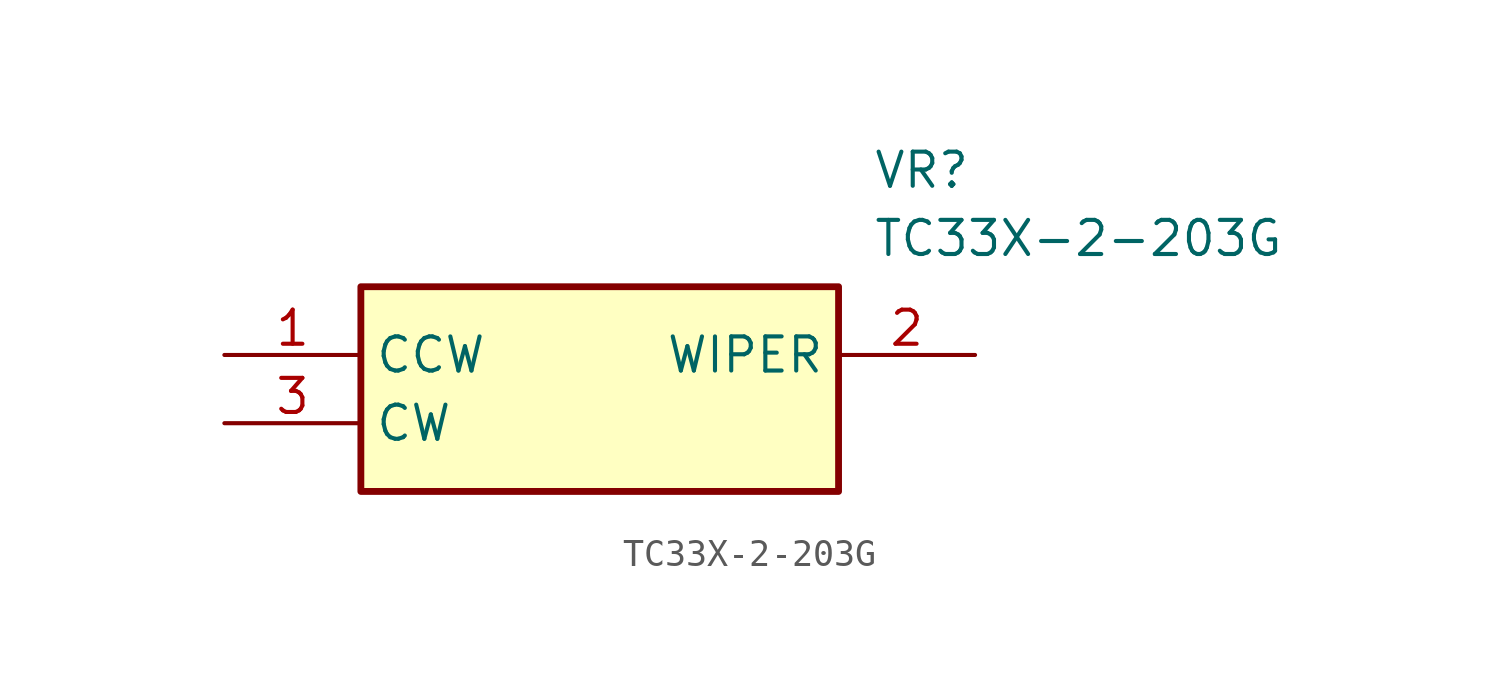
<source format=kicad_sym>
(kicad_symbol_lib
  (version 20211014)
  (generator SamacSys_ECAD_Model)
  (symbol "TC33X-2-203G"
    (property "Reference" "VR"
      (at 24.13 7.62 0)
      (effects (font (size 1.27 1.27)) (justify left top)))
    (property "Value" "TC33X-2-203G"
      (at 24.13 5.08 0)
      (effects (font (size 1.27 1.27)) (justify left top)))
    (rectangle
      (start 5.08 2.54)
      (end 22.86 -5.08)
      (stroke (width 0.254) (type default))
      (fill (type background)))
    (pin passive line
      (at 0 0 0)
      (length 5.08)
      (name "CCW" (effects (font (size 1.27 1.27))))
      (number "1" (effects (font (size 1.27 1.27)))))
    (pin passive line
      (at 27.94 0 180)
      (length 5.08)
      (name "WIPER" (effects (font (size 1.27 1.27))))
      (number "2" (effects (font (size 1.27 1.27)))))
    (pin passive line
      (at 0 -2.54 0)
      (length 5.08)
      (name "CW" (effects (font (size 1.27 1.27))))
      (number "3" (effects (font (size 1.27 1.27)))))))
</source>
